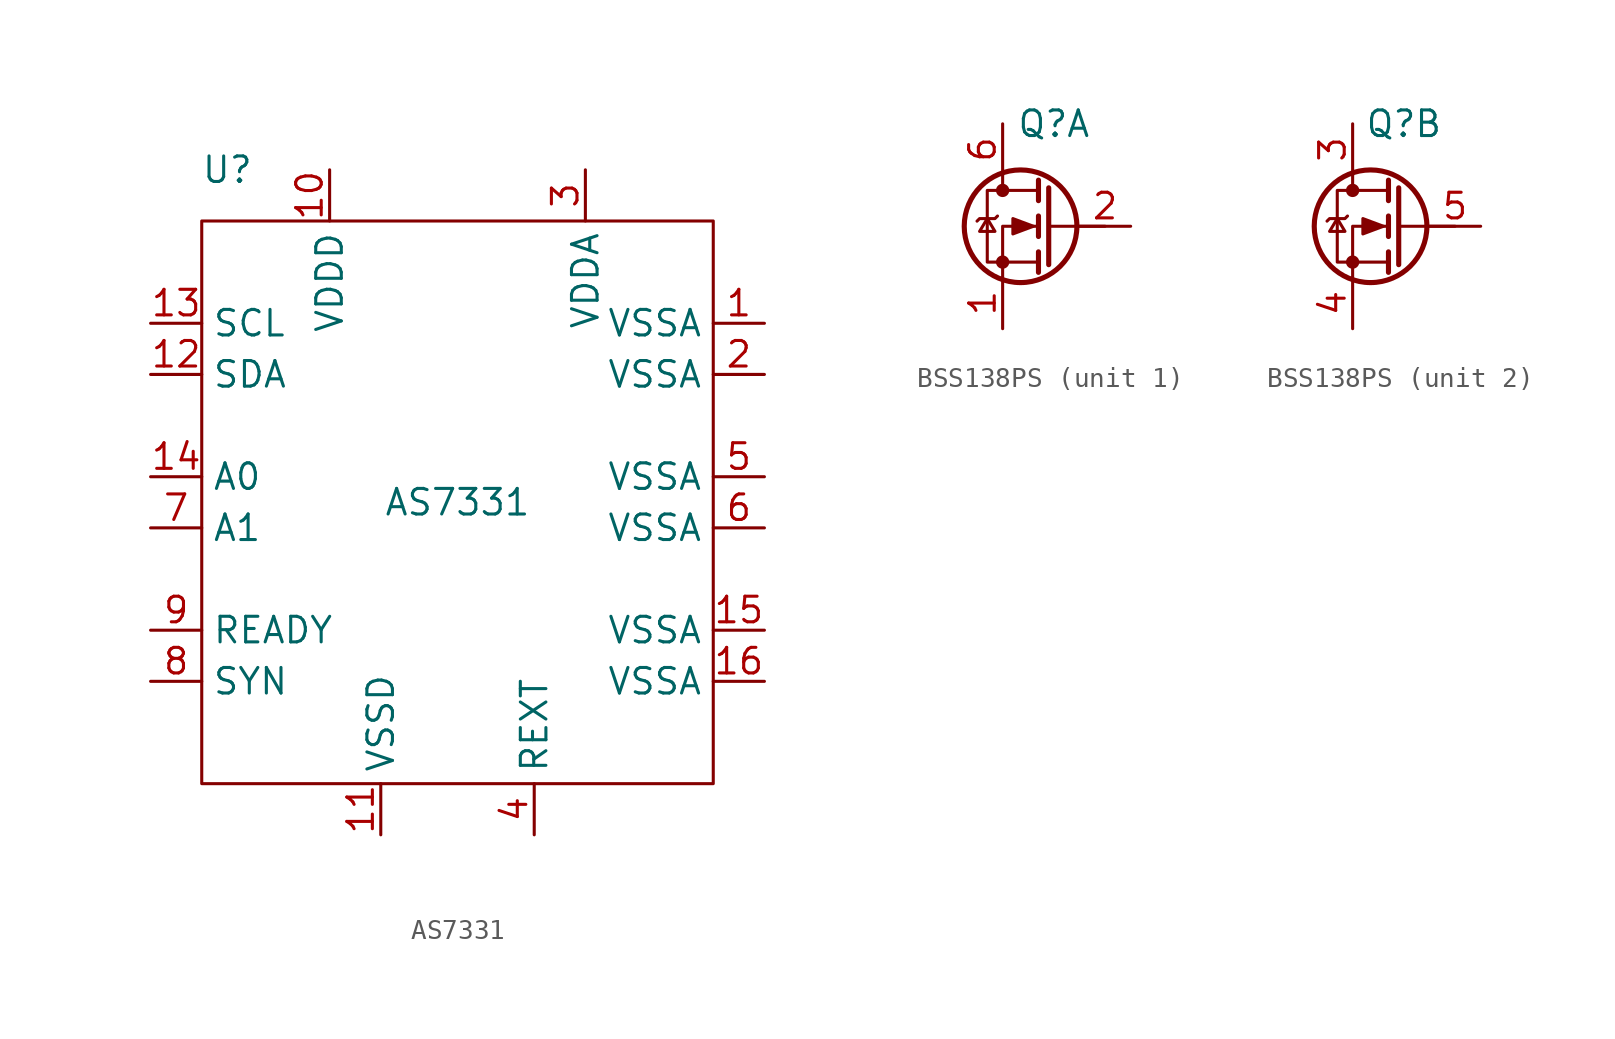
<source format=kicad_sym>
(kicad_symbol_lib
  (version 20220914)
  (generator kicad_symbol_editor)
  (symbol "AS7331"
    (property "Reference" "U"
      (at -11.43 16.51 0)
      (effects (font (size 1.27 1.27))))
    (property "Value" "AS7331"
      (at 0 0 0)
      (effects (font (size 1.27 1.27))))
    (symbol "AS7331_0_1"
      (rectangle (start -12.7 13.97) (end 12.7 -13.97) (stroke (width 0) (type default)) (fill (type none))))
    (symbol "AS7331_1_1"
      (pin power_in line (at 15.24 8.89 180) (length 2.54) (name "VSSA" (effects (font (size 1.27 1.27)))) (number "1" (effects (font (size 1.27 1.27)))))
      (pin power_in line (at -6.35 16.51 270) (length 2.54) (name "VDDD" (effects (font (size 1.27 1.27)))) (number "10" (effects (font (size 1.27 1.27)))))
      (pin power_in line (at -3.81 -16.51 90) (length 2.54) (name "VSSD" (effects (font (size 1.27 1.27)))) (number "11" (effects (font (size 1.27 1.27)))))
      (pin bidirectional line (at -15.24 6.35 0) (length 2.54) (name "SDA" (effects (font (size 1.27 1.27)))) (number "12" (effects (font (size 1.27 1.27)))))
      (pin input line (at -15.24 8.89 0) (length 2.54) (name "SCL" (effects (font (size 1.27 1.27)))) (number "13" (effects (font (size 1.27 1.27)))))
      (pin input line (at -15.24 1.27 0) (length 2.54) (name "A0" (effects (font (size 1.27 1.27)))) (number "14" (effects (font (size 1.27 1.27)))))
      (pin power_in line (at 15.24 -6.35 180) (length 2.54) (name "VSSA" (effects (font (size 1.27 1.27)))) (number "15" (effects (font (size 1.27 1.27)))))
      (pin power_in line (at 15.24 -8.89 180) (length 2.54) (name "VSSA" (effects (font (size 1.27 1.27)))) (number "16" (effects (font (size 1.27 1.27)))))
      (pin power_in line (at 15.24 6.35 180) (length 2.54) (name "VSSA" (effects (font (size 1.27 1.27)))) (number "2" (effects (font (size 1.27 1.27)))))
      (pin power_in line (at 6.35 16.51 270) (length 2.54) (name "VDDA" (effects (font (size 1.27 1.27)))) (number "3" (effects (font (size 1.27 1.27)))))
      (pin input line (at 3.81 -16.51 90) (length 2.54) (name "REXT" (effects (font (size 1.27 1.27)))) (number "4" (effects (font (size 1.27 1.27)))))
      (pin power_in line (at 15.24 1.27 180) (length 2.54) (name "VSSA" (effects (font (size 1.27 1.27)))) (number "5" (effects (font (size 1.27 1.27)))))
      (pin power_in line (at 15.24 -1.27 180) (length 2.54) (name "VSSA" (effects (font (size 1.27 1.27)))) (number "6" (effects (font (size 1.27 1.27)))))
      (pin input line (at -15.24 -1.27 0) (length 2.54) (name "A1" (effects (font (size 1.27 1.27)))) (number "7" (effects (font (size 1.27 1.27)))))
      (pin input line (at -15.24 -8.89 0) (length 2.54) (name "SYN" (effects (font (size 1.27 1.27)))) (number "8" (effects (font (size 1.27 1.27)))))
      (pin output line (at -15.24 -6.35 0) (length 2.54) (name "READY" (effects (font (size 1.27 1.27)))) (number "9" (effects (font (size 1.27 1.27)))))))
  (symbol "BSS138PS"
    (property "Reference" "Q"
      (at 1.27 5.08 0)
      (effects (font (size 1.27 1.27))))
    (symbol "BSS138PS_0_1"
      (circle (center -1.27 -1.778) (radius 0.254) (stroke (width 0) (type default)) (fill (type outline)))
      (circle (center -1.27 1.778) (radius 0.254) (stroke (width 0) (type default)) (fill (type outline)))
      (circle (center -0.381 0) (radius 2.794) (stroke (width 0.254) (type default)) (fill (type none)))
      (polyline (pts (xy -1.27 2.54) (xy -1.27 1.778)) (stroke (width 0) (type default)) (fill (type none)))
      (polyline (pts (xy 0.508 -1.27) (xy 0.508 -2.286)) (stroke (width 0.254) (type default)) (fill (type none)))
      (polyline (pts (xy 0.508 0.508) (xy 0.508 -0.508)) (stroke (width 0.254) (type default)) (fill (type none)))
      (polyline (pts (xy 0.508 2.286) (xy 0.508 1.27)) (stroke (width 0.254) (type default)) (fill (type none)))
      (polyline (pts (xy 1.016 0) (xy 3.81 0)) (stroke (width 0) (type default)) (fill (type none)))
      (polyline (pts (xy 1.016 1.905) (xy 1.016 -1.905)) (stroke (width 0.254) (type default)) (fill (type none)))
      (polyline (pts (xy -1.27 -2.54) (xy -1.27 0) (xy 0.508 0)) (stroke (width 0) (type default)) (fill (type none)))
      (polyline (pts (xy -2.032 0.381) (xy -1.651 -0.254) (xy -2.413 -0.254) (xy -2.032 0.381)) (stroke (width 0) (type default)) (fill (type none)))
      (polyline (pts (xy -1.524 0.508) (xy -1.651 0.381) (xy -2.413 0.381) (xy -2.54 0.254)) (stroke (width 0) (type default)) (fill (type none)))
      (polyline (pts (xy 0.254 0) (xy -0.762 0.381) (xy -0.762 -0.381) (xy 0.254 0)) (stroke (width 0) (type default)) (fill (type outline)))
      (polyline (pts (xy 0.508 -1.778) (xy -2.032 -1.778) (xy -2.032 1.778) (xy 0.508 1.778)) (stroke (width 0) (type default)) (fill (type none))))
    (symbol "BSS138PS_1_1"
      (pin passive line (at -1.27 -5.08 90) (length 2.54) (name "" (effects (font (size 1.27 1.27)))) (number "1" (effects (font (size 1.27 1.27)))))
      (pin passive line (at 5.08 0 180) (length 2.54) (name "" (effects (font (size 1.27 1.27)))) (number "2" (effects (font (size 1.27 1.27)))))
      (pin passive line (at -1.27 5.08 270) (length 2.54) (name "" (effects (font (size 1.27 1.27)))) (number "6" (effects (font (size 1.27 1.27))))))
    (symbol "BSS138PS_2_1"
      (pin passive line (at -1.27 5.08 270) (length 2.54) (name "" (effects (font (size 1.27 1.27)))) (number "3" (effects (font (size 1.27 1.27)))))
      (pin passive line (at -1.27 -5.08 90) (length 2.54) (name "" (effects (font (size 1.27 1.27)))) (number "4" (effects (font (size 1.27 1.27)))))
      (pin passive line (at 5.08 0 180) (length 2.54) (name "" (effects (font (size 1.27 1.27)))) (number "5" (effects (font (size 1.27 1.27))))))))
</source>
